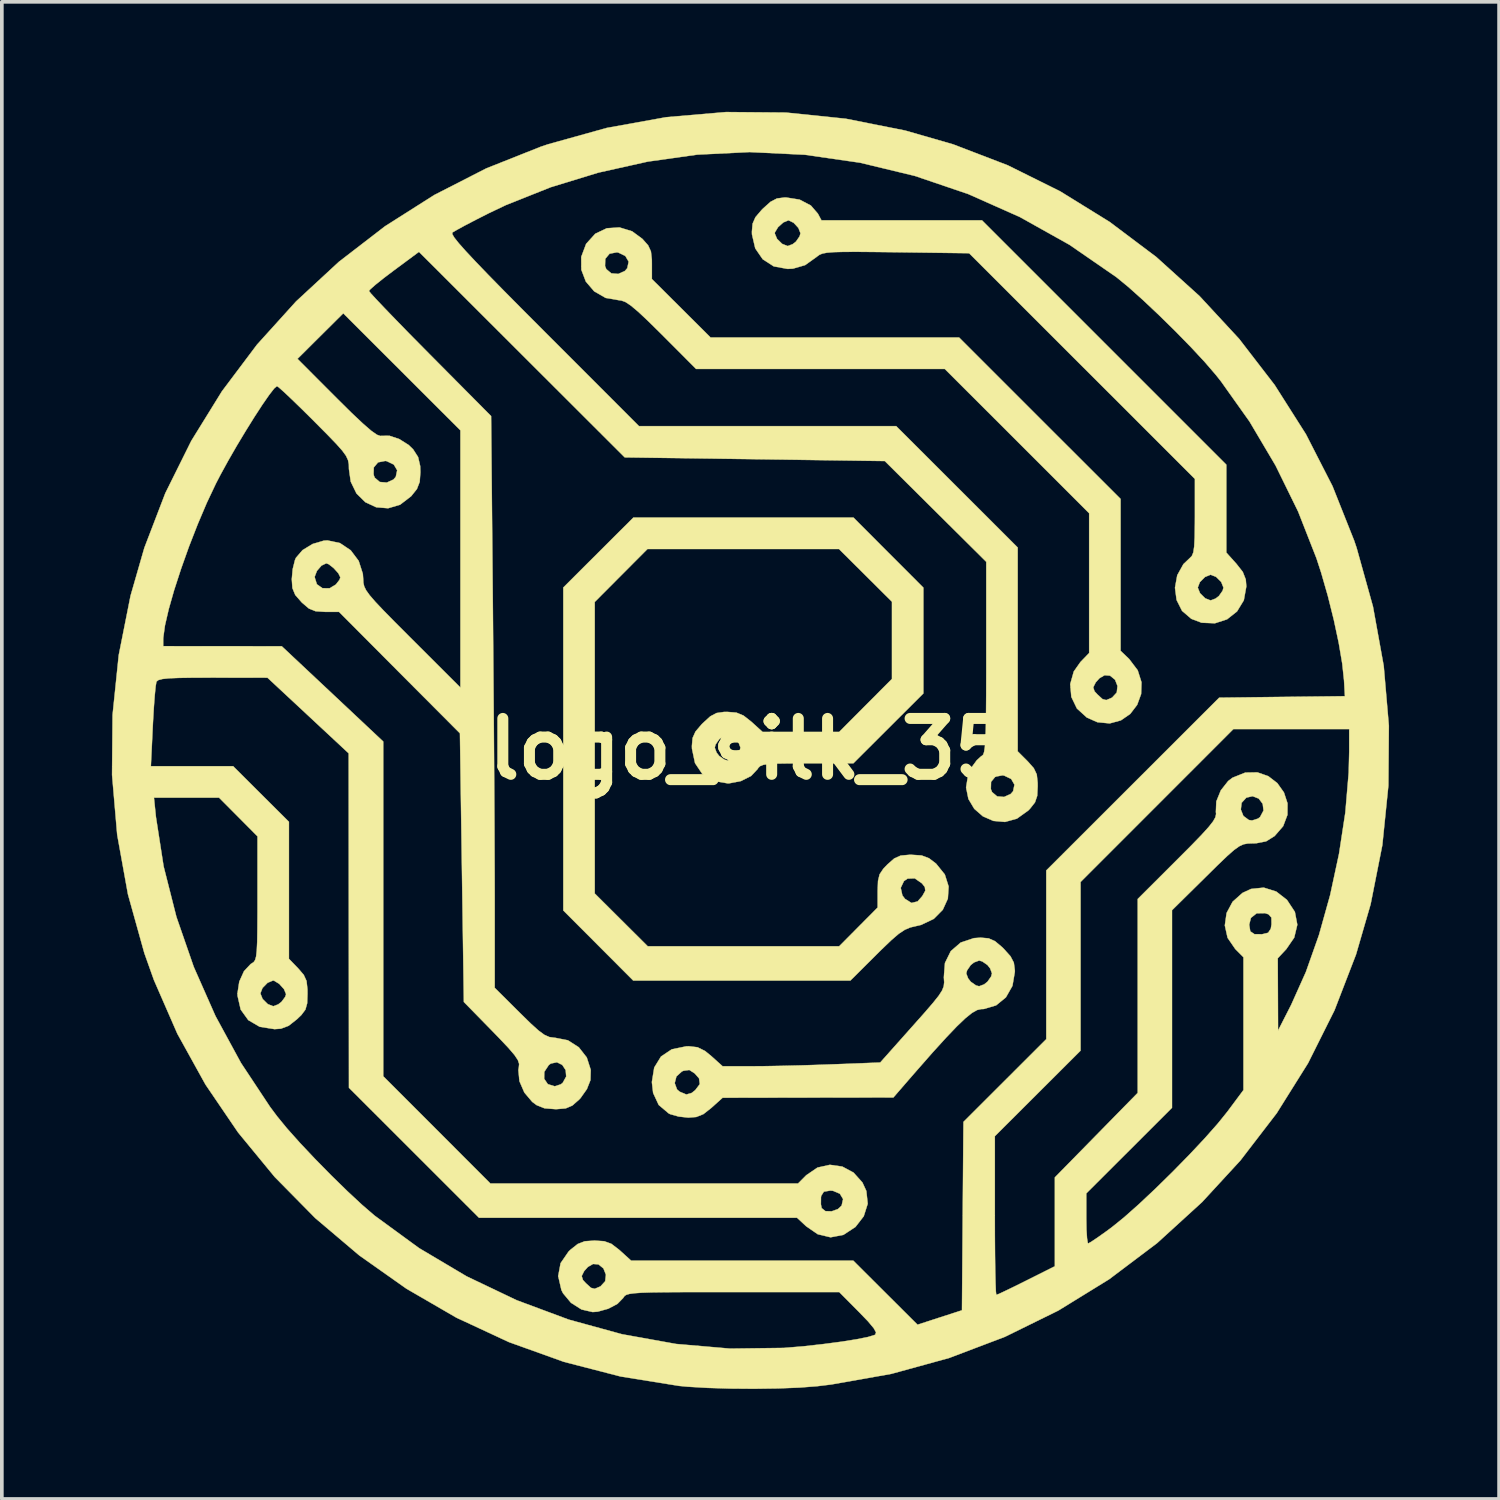
<source format=kicad_pcb>
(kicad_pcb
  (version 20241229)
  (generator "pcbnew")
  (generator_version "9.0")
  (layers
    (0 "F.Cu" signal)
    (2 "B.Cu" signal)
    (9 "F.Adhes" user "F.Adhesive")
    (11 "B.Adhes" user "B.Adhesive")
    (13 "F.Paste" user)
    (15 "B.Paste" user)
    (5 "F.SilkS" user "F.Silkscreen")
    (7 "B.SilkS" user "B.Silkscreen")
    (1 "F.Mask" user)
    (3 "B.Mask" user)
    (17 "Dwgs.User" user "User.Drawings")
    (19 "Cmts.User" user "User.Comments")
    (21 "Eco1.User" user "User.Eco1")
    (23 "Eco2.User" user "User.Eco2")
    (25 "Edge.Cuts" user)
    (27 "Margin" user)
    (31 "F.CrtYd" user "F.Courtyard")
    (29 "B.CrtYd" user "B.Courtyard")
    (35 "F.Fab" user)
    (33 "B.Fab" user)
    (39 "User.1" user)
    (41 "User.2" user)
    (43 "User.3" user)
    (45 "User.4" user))
  (footprint "logo_silk_35"
    (layer "F.Cu")
    (at 17.371 17.371)
    (property "Reference" "logo_silk_35" (at 0 0 0) (layer "F.SilkS") (effects (font (size 1.524 1.524) (thickness 0.3))))
    (attr through_hole)
    (fp_poly (pts (xy -3.188 -14.115) (xy -2.908 -13.909) (xy -2.752 -13.733) (xy -2.675 -13.567) (xy -2.65 -13.341) (xy -2.649 -13.232) (xy -2.649 -12.814) (xy -1.849 -12.017) (xy -1.049 -11.22) (xy 5.726 -11.22) (xy 7.927 -9.019) (xy 10.129 -6.819) (xy 10.129 -2.678) (xy 10.363 -2.454) (xy 10.596 -2.147) (xy 10.699 -1.821) (xy 10.689 -1.5) (xy 10.581 -1.205) (xy 10.392 -0.958) (xy 10.137 -0.782) (xy 9.833 -0.699) (xy 9.496 -0.732) (xy 9.209 -0.859) (xy 8.938 -1.106) (xy 8.786 -1.422) (xy 8.764 -1.682) (xy 9.383 -1.682) (xy 9.419 -1.574) (xy 9.5 -1.486) (xy 9.637 -1.361) (xy 9.739 -1.335) (xy 9.878 -1.393) (xy 9.9 -1.405) (xy 10.025 -1.541) (xy 10.045 -1.72) (xy 9.978 -1.89) (xy 9.841 -2.001) (xy 9.694 -2.013) (xy 9.553 -1.931) (xy 9.451 -1.817) (xy 9.383 -1.682) (xy 8.764 -1.682) (xy 8.756 -1.771) (xy 8.853 -2.115) (xy 9.035 -2.373) (xy 9.272 -2.618) (xy 9.272 -6.429) (xy 5.336 -10.363) (xy -1.444 -10.363) (xy -2.376 -11.298) (xy -2.739 -11.656) (xy -3.014 -11.915) (xy -3.218 -12.087) (xy -3.369 -12.187) (xy -3.484 -12.229) (xy -3.527 -12.233) (xy -3.909 -12.299) (xy -4.222 -12.479) (xy -4.449 -12.744) (xy -4.572 -13.066) (xy -4.573 -13.167) (xy -3.926 -13.167) (xy -3.893 -13.085) (xy -3.756 -12.969) (xy -3.565 -12.953) (xy -3.385 -13.034) (xy -3.32 -13.109) (xy -3.282 -13.288) (xy -3.373 -13.443) (xy -3.565 -13.536) (xy -3.606 -13.542) (xy -3.804 -13.504) (xy -3.92 -13.364) (xy -3.926 -13.167) (xy -4.573 -13.167) (xy -4.575 -13.418) (xy -4.443 -13.77) (xy -4.439 -13.776) (xy -4.192 -14.049) (xy -3.879 -14.198) (xy -3.533 -14.221) (xy -3.188 -14.115)) (stroke (width 0.01) (type solid)) (fill yes) (layer "F.SilkS"))
    (fp_poly (pts (xy 1.378 -14.979) (xy 1.684 -14.819) (xy 1.877 -14.596) (xy 1.974 -14.414) (xy 6.351 -14.414) (xy 9.681 -11.083) (xy 13.012 -7.752) (xy 13.012 -5.356) (xy 13.284 -5.054) (xy 13.461 -4.828) (xy 13.542 -4.623) (xy 13.557 -4.433) (xy 13.489 -4.056) (xy 13.304 -3.752) (xy 13.032 -3.537) (xy 12.7 -3.429) (xy 12.338 -3.444) (xy 12.058 -3.55) (xy 11.805 -3.767) (xy 11.656 -4.064) (xy 11.612 -4.4) (xy 11.613 -4.402) (xy 12.233 -4.402) (xy 12.295 -4.249) (xy 12.436 -4.109) (xy 12.583 -4.052) (xy 12.72 -4.103) (xy 12.811 -4.174) (xy 12.911 -4.317) (xy 12.934 -4.402) (xy 12.872 -4.556) (xy 12.731 -4.695) (xy 12.583 -4.753) (xy 12.43 -4.691) (xy 12.29 -4.55) (xy 12.233 -4.402) (xy 11.613 -4.402) (xy 11.674 -4.739) (xy 11.842 -5.042) (xy 12.014 -5.205) (xy 12.072 -5.264) (xy 12.112 -5.361) (xy 12.136 -5.521) (xy 12.149 -5.773) (xy 12.154 -6.143) (xy 12.155 -6.335) (xy 12.155 -7.364) (xy 9.077 -10.441) (xy 5.999 -13.518) (xy 4.005 -13.545) (xy 3.395 -13.552) (xy 2.921 -13.556) (xy 2.564 -13.554) (xy 2.305 -13.547) (xy 2.124 -13.532) (xy 2.003 -13.509) (xy 1.921 -13.476) (xy 1.86 -13.432) (xy 1.843 -13.418) (xy 1.528 -13.193) (xy 1.196 -13.097) (xy 1.05 -13.09) (xy 0.674 -13.159) (xy 0.373 -13.353) (xy 0.169 -13.65) (xy 0.08 -14.031) (xy 0.079 -14.057) (xy 0.701 -14.057) (xy 0.763 -13.909) (xy 0.903 -13.772) (xy 1.052 -13.713) (xy 1.189 -13.764) (xy 1.28 -13.835) (xy 1.379 -13.979) (xy 1.402 -14.063) (xy 1.345 -14.208) (xy 1.215 -14.348) (xy 1.078 -14.414) (xy 1.072 -14.414) (xy 0.935 -14.357) (xy 0.791 -14.228) (xy 0.706 -14.088) (xy 0.701 -14.057) (xy 0.079 -14.057) (xy 0.078 -14.104) (xy 0.097 -14.323) (xy 0.174 -14.499) (xy 0.34 -14.694) (xy 0.38 -14.735) (xy 0.585 -14.919) (xy 0.76 -15.01) (xy 0.967 -15.037) (xy 1.011 -15.037) (xy 1.378 -14.979)) (stroke (width 0.01) (type solid)) (fill yes) (layer "F.SilkS"))
    (fp_poly (pts (xy 6.532 5.161) (xy 6.707 5.239) (xy 6.903 5.404) (xy 6.944 5.445) (xy 7.128 5.65) (xy 7.219 5.824) (xy 7.246 6.031) (xy 7.246 6.076) (xy 7.181 6.456) (xy 7.003 6.769) (xy 6.735 6.988) (xy 6.4 7.087) (xy 6.325 7.09) (xy 6.216 7.115) (xy 6.076 7.195) (xy 5.895 7.341) (xy 5.663 7.563) (xy 5.368 7.872) (xy 5 8.277) (xy 4.55 8.79) (xy 4.354 9.015) (xy 3.935 9.499) (xy 1.607 9.502) (xy -0.721 9.506) (xy -1.023 9.778) (xy -1.243 9.952) (xy -1.439 10.031) (xy -1.656 10.048) (xy -1.919 10.019) (xy -2.152 9.953) (xy -2.19 9.934) (xy -2.463 9.703) (xy -2.615 9.376) (xy -2.646 9.108) (xy -2.027 9.108) (xy -1.963 9.281) (xy -1.889 9.343) (xy -1.709 9.418) (xy -1.562 9.375) (xy -1.467 9.299) (xy -1.342 9.134) (xy -1.363 8.978) (xy -1.481 8.843) (xy -1.628 8.749) (xy -1.784 8.77) (xy -1.831 8.79) (xy -1.98 8.925) (xy -2.027 9.108) (xy -2.646 9.108) (xy -2.649 9.077) (xy -2.585 8.683) (xy -2.4 8.382) (xy -2.106 8.186) (xy -1.712 8.105) (xy -1.64 8.103) (xy -1.405 8.13) (xy -1.2 8.231) (xy -1.023 8.376) (xy -0.721 8.648) (xy 0.087 8.648) (xy 0.454 8.645) (xy 0.927 8.636) (xy 1.455 8.623) (xy 1.989 8.606) (xy 2.236 8.597) (xy 3.576 8.546) (xy 4.459 7.554) (xy 4.781 7.192) (xy 5.012 6.924) (xy 5.168 6.729) (xy 5.262 6.584) (xy 5.308 6.468) (xy 5.32 6.359) (xy 5.312 6.235) (xy 5.311 6.227) (xy 5.319 6.116) (xy 5.921 6.116) (xy 5.973 6.253) (xy 6.044 6.344) (xy 6.187 6.444) (xy 6.272 6.467) (xy 6.409 6.416) (xy 6.5 6.344) (xy 6.6 6.201) (xy 6.623 6.116) (xy 6.572 5.979) (xy 6.5 5.888) (xy 6.357 5.789) (xy 6.272 5.766) (xy 6.135 5.817) (xy 6.044 5.888) (xy 5.945 6.032) (xy 5.921 6.116) (xy 5.319 6.116) (xy 5.341 5.832) (xy 5.5 5.509) (xy 5.769 5.276) (xy 6.13 5.155) (xy 6.313 5.142) (xy 6.532 5.161)) (stroke (width 0.01) (type solid)) (fill yes) (layer "F.SilkS"))
    (fp_poly (pts (xy 3.799 -5.355) (xy 4.753 -4.4) (xy 4.753 -1.517) (xy 2.842 0.39) (xy 1.579 0.39) (xy 1.108 0.391) (xy 0.768 0.396) (xy 0.536 0.408) (xy 0.389 0.43) (xy 0.302 0.465) (xy 0.252 0.514) (xy 0.234 0.545) (xy 0.057 0.733) (xy -0.219 0.872) (xy -0.537 0.934) (xy -0.584 0.935) (xy -0.973 0.869) (xy -1.274 0.68) (xy -1.473 0.383) (xy -1.556 -0.009) (xy -1.557 -0.039) (xy -0.935 -0.039) (xy -0.884 0.098) (xy -0.813 0.189) (xy -0.669 0.289) (xy -0.584 0.312) (xy -0.447 0.261) (xy -0.356 0.189) (xy -0.257 0.046) (xy -0.234 -0.039) (xy -0.285 -0.176) (xy -0.356 -0.267) (xy -0.5 -0.366) (xy -0.584 -0.39) (xy -0.721 -0.338) (xy -0.813 -0.267) (xy -0.912 -0.124) (xy -0.935 -0.039) (xy -1.557 -0.039) (xy -1.558 -0.083) (xy -1.539 -0.301) (xy -1.46 -0.477) (xy -1.292 -0.674) (xy -1.256 -0.71) (xy -1.056 -0.892) (xy -0.886 -0.982) (xy -0.681 -1.012) (xy -0.594 -1.013) (xy -0.345 -0.993) (xy -0.151 -0.913) (xy 0.065 -0.743) (xy 0.068 -0.74) (xy 0.369 -0.467) (xy 2.457 -0.467) (xy 3.177 -1.19) (xy 3.896 -1.912) (xy 3.896 -4.016) (xy 3.174 -4.735) (xy 2.451 -5.454) (xy -2.769 -5.454) (xy -4.207 -4.01) (xy -4.207 3.938) (xy -3.485 4.657) (xy -2.763 5.376) (xy 2.458 5.376) (xy 2.982 4.848) (xy 3.506 4.32) (xy 3.506 3.866) (xy 3.509 3.784) (xy 4.135 3.784) (xy 4.18 3.99) (xy 4.252 4.085) (xy 4.43 4.196) (xy 4.596 4.154) (xy 4.722 4.011) (xy 4.805 3.862) (xy 4.792 3.76) (xy 4.712 3.66) (xy 4.517 3.525) (xy 4.321 3.532) (xy 4.223 3.6) (xy 4.135 3.784) (xy 3.509 3.784) (xy 3.516 3.595) (xy 3.559 3.416) (xy 3.661 3.263) (xy 3.771 3.148) (xy 3.958 2.983) (xy 4.133 2.905) (xy 4.372 2.883) (xy 4.431 2.883) (xy 4.705 2.901) (xy 4.906 2.977) (xy 5.098 3.123) (xy 5.337 3.419) (xy 5.441 3.747) (xy 5.42 4.078) (xy 5.282 4.382) (xy 5.036 4.63) (xy 4.692 4.794) (xy 4.568 4.823) (xy 4.397 4.863) (xy 4.244 4.928) (xy 4.08 5.037) (xy 3.877 5.212) (xy 3.606 5.472) (xy 3.475 5.602) (xy 2.763 6.311) (xy -3.158 6.311) (xy -4.111 5.355) (xy -5.064 4.4) (xy -5.064 -4.404) (xy -3.153 -6.311) (xy 2.846 -6.311) (xy 3.799 -5.355)) (stroke (width 0.01) (type solid)) (fill yes) (layer "F.SilkS"))
    (fp_poly (pts (xy 1.008 -17.352) (xy 2.638 -17.184) (xy 4.257 -16.862) (xy 5.563 -16.486) (xy 7.054 -15.914) (xy 8.48 -15.206) (xy 9.832 -14.37) (xy 11.102 -13.415) (xy 12.281 -12.35) (xy 13.36 -11.184) (xy 14.33 -9.925) (xy 15.182 -8.583) (xy 15.907 -7.166) (xy 16.497 -5.683) (xy 16.564 -5.485) (xy 17.01 -3.884) (xy 17.303 -2.266) (xy 17.443 -0.636) (xy 17.43 0.995) (xy 17.265 2.619) (xy 16.946 4.23) (xy 16.548 5.6) (xy 15.961 7.122) (xy 15.24 8.564) (xy 14.386 9.927) (xy 13.395 11.217) (xy 12.351 12.351) (xy 11.125 13.469) (xy 9.817 14.455) (xy 8.432 15.308) (xy 6.976 16.024) (xy 5.455 16.601) (xy 3.875 17.035) (xy 2.241 17.324) (xy 1.854 17.371) (xy 1.375 17.408) (xy 0.79 17.431) (xy 0.144 17.44) (xy -0.514 17.435) (xy -1.137 17.416) (xy -1.677 17.384) (xy -1.909 17.362) (xy -3.501 17.106) (xy -5.049 16.706) (xy -6.544 16.169) (xy -7.978 15.502) (xy -9.342 14.711) (xy -10.627 13.804) (xy -11.826 12.788) (xy -12.93 11.668) (xy -13.93 10.453) (xy -14.818 9.148) (xy -15.586 7.761) (xy -16.224 6.299) (xy -16.486 5.563) (xy -16.933 3.959) (xy -17.226 2.337) (xy -17.366 0.705) (xy -17.364 0.467) (xy -16.308 0.467) (xy -14.066 0.467) (xy -13.305 1.226) (xy -12.544 1.984) (xy -12.544 5.719) (xy -12.291 5.981) (xy -12.14 6.157) (xy -12.064 6.323) (xy -12.039 6.55) (xy -12.038 6.672) (xy -12.047 6.932) (xy -12.095 7.104) (xy -12.208 7.254) (xy -12.329 7.369) (xy -12.553 7.545) (xy -12.761 7.623) (xy -12.936 7.636) (xy -13.34 7.572) (xy -13.652 7.39) (xy -13.859 7.103) (xy -13.945 6.727) (xy -13.947 6.662) (xy -13.323 6.662) (xy -13.261 6.815) (xy -13.12 6.954) (xy -12.973 7.012) (xy -12.836 6.961) (xy -12.745 6.89) (xy -12.646 6.756) (xy -12.622 6.682) (xy -12.679 6.545) (xy -12.809 6.401) (xy -12.948 6.316) (xy -12.979 6.311) (xy -13.127 6.373) (xy -13.264 6.513) (xy -13.323 6.662) (xy -13.947 6.662) (xy -13.898 6.341) (xy -13.769 6.056) (xy -13.586 5.861) (xy -13.556 5.843) (xy -13.505 5.808) (xy -13.467 5.753) (xy -13.439 5.656) (xy -13.421 5.497) (xy -13.409 5.256) (xy -13.404 4.914) (xy -13.401 4.449) (xy -13.401 4.07) (xy -13.401 2.38) (xy -13.925 1.852) (xy -14.449 1.325) (xy -16.224 1.325) (xy -16.17 1.85) (xy -15.96 3.201) (xy -15.612 4.574) (xy -15.138 5.941) (xy -14.547 7.278) (xy -13.851 8.558) (xy -13.06 9.753) (xy -12.867 10.012) (xy -12.6 10.338) (xy -12.245 10.736) (xy -11.832 11.174) (xy -11.392 11.622) (xy -10.955 12.049) (xy -10.551 12.425) (xy -10.21 12.719) (xy -10.207 12.721) (xy -8.997 13.605) (xy -7.7 14.375) (xy -6.334 15.027) (xy -4.916 15.555) (xy -3.462 15.954) (xy -1.988 16.219) (xy -0.513 16.346) (xy 0.948 16.327) (xy 1.48 16.283) (xy 2.034 16.221) (xy 2.527 16.156) (xy 2.938 16.09) (xy 3.243 16.029) (xy 3.42 15.975) (xy 3.439 15.966) (xy 3.462 15.905) (xy 3.4 15.79) (xy 3.244 15.603) (xy 3.002 15.352) (xy 2.458 14.804) (xy -0.443 14.804) (xy -1.192 14.804) (xy -1.799 14.805) (xy -2.282 14.808) (xy -2.654 14.813) (xy -2.931 14.822) (xy -3.128 14.836) (xy -3.26 14.854) (xy -3.343 14.878) (xy -3.392 14.909) (xy -3.421 14.948) (xy -3.432 14.966) (xy -3.587 15.125) (xy -3.838 15.258) (xy -4.125 15.338) (xy -4.263 15.349) (xy -4.567 15.279) (xy -4.855 15.096) (xy -5.071 14.837) (xy -5.116 14.747) (xy -5.203 14.368) (xy -4.563 14.368) (xy -4.528 14.476) (xy -4.447 14.564) (xy -4.309 14.689) (xy -4.207 14.715) (xy -4.069 14.657) (xy -4.046 14.645) (xy -3.922 14.509) (xy -3.902 14.331) (xy -3.969 14.16) (xy -4.105 14.049) (xy -4.253 14.038) (xy -4.394 14.119) (xy -4.496 14.233) (xy -4.563 14.368) (xy -5.203 14.368) (xy -5.203 14.367) (xy -5.138 14.017) (xy -4.921 13.701) (xy -4.873 13.654) (xy -4.672 13.494) (xy -4.479 13.419) (xy -4.214 13.401) (xy -4.209 13.401) (xy -3.948 13.418) (xy -3.755 13.488) (xy -3.553 13.642) (xy -3.516 13.674) (xy -3.215 13.947) (xy 2.841 13.947) (xy 4.593 15.694) (xy 5.199 15.497) (xy 5.805 15.301) (xy 5.825 12.732) (xy 5.842 10.555) (xy 6.701 10.555) (xy 6.701 12.719) (xy 6.702 13.281) (xy 6.706 13.789) (xy 6.712 14.223) (xy 6.72 14.562) (xy 6.729 14.788) (xy 6.74 14.88) (xy 6.741 14.882) (xy 6.823 14.849) (xy 7.014 14.759) (xy 7.284 14.628) (xy 7.559 14.491) (xy 8.337 14.101) (xy 8.337 11.678) (xy 9.467 10.526) (xy 10.596 9.374) (xy 10.596 4.088) (xy 11.682 3.004) (xy 12.059 2.626) (xy 12.337 2.339) (xy 12.529 2.127) (xy 12.651 1.972) (xy 12.714 1.859) (xy 12.733 1.769) (xy 12.727 1.714) (xy 12.73 1.649) (xy 13.407 1.649) (xy 13.477 1.824) (xy 13.625 1.934) (xy 13.713 1.948) (xy 13.876 1.896) (xy 13.931 1.854) (xy 14.026 1.676) (xy 14.004 1.494) (xy 13.895 1.35) (xy 13.728 1.285) (xy 13.557 1.325) (xy 13.429 1.465) (xy 13.407 1.649) (xy 12.73 1.649) (xy 12.739 1.428) (xy 12.861 1.128) (xy 13.062 0.872) (xy 13.182 0.781) (xy 13.529 0.642) (xy 13.859 0.636) (xy 14.155 0.739) (xy 14.402 0.929) (xy 14.583 1.184) (xy 14.68 1.48) (xy 14.678 1.794) (xy 14.561 2.103) (xy 14.329 2.371) (xy 14.097 2.516) (xy 13.824 2.569) (xy 13.734 2.571) (xy 13.599 2.575) (xy 13.483 2.596) (xy 13.365 2.65) (xy 13.222 2.752) (xy 13.033 2.919) (xy 12.776 3.165) (xy 12.454 3.483) (xy 11.531 4.394) (xy 11.531 9.78) (xy 10.363 10.947) (xy 9.194 12.114) (xy 9.194 12.796) (xy 9.199 13.101) (xy 9.214 13.335) (xy 9.235 13.465) (xy 9.245 13.479) (xy 9.326 13.435) (xy 9.501 13.318) (xy 9.74 13.148) (xy 9.888 13.039) (xy 10.221 12.77) (xy 10.627 12.41) (xy 11.079 11.985) (xy 11.548 11.525) (xy 12.007 11.056) (xy 12.429 10.606) (xy 12.785 10.203) (xy 13.039 9.888) (xy 13.479 9.297) (xy 13.479 5.676) (xy 13.255 5.451) (xy 13.046 5.146) (xy 12.971 4.808) (xy 12.974 4.788) (xy 13.635 4.788) (xy 13.665 4.969) (xy 13.778 5.047) (xy 13.983 5.049) (xy 14.151 5.009) (xy 14.224 4.9) (xy 14.244 4.775) (xy 14.241 4.594) (xy 14.163 4.506) (xy 14.067 4.474) (xy 13.839 4.478) (xy 13.683 4.602) (xy 13.635 4.788) (xy 12.974 4.788) (xy 13.019 4.47) (xy 13.183 4.163) (xy 13.453 3.922) (xy 13.685 3.814) (xy 14.032 3.778) (xy 14.373 3.885) (xy 14.665 4.112) (xy 14.881 4.44) (xy 14.947 4.789) (xy 14.863 5.14) (xy 14.645 5.457) (xy 14.414 5.704) (xy 14.418 6.689) (xy 14.422 7.675) (xy 14.78 6.973) (xy 15.181 6.078) (xy 15.538 5.068) (xy 15.842 3.982) (xy 16.084 2.858) (xy 16.256 1.732) (xy 16.348 0.643) (xy 16.362 0.07) (xy 16.362 -0.545) (xy 13.205 -0.545) (xy 11.122 1.539) (xy 9.038 3.624) (xy 9.038 8.222) (xy 7.869 9.389) (xy 6.701 10.555) (xy 5.842 10.555) (xy 5.846 10.164) (xy 8.103 7.91) (xy 8.103 3.31) (xy 10.46 0.955) (xy 12.817 -1.4) (xy 14.531 -1.421) (xy 16.245 -1.441) (xy 16.221 -1.87) (xy 16.172 -2.33) (xy 16.076 -2.895) (xy 15.942 -3.524) (xy 15.779 -4.177) (xy 15.596 -4.813) (xy 15.469 -5.202) (xy 14.97 -6.474) (xy 14.354 -7.73) (xy 13.645 -8.928) (xy 12.865 -10.026) (xy 12.721 -10.207) (xy 12.429 -10.546) (xy 12.054 -10.95) (xy 11.627 -11.387) (xy 11.179 -11.827) (xy 10.741 -12.24) (xy 10.343 -12.596) (xy 10.015 -12.865) (xy 10.012 -12.867) (xy 8.737 -13.747) (xy 7.386 -14.503) (xy 5.975 -15.131) (xy 4.517 -15.626) (xy 3.028 -15.985) (xy 1.523 -16.202) (xy 0.014 -16.275) (xy -1.414 -16.205) (xy -2.762 -16.015) (xy -4.107 -15.715) (xy -5.408 -15.317) (xy -6.627 -14.831) (xy -7.09 -14.611) (xy -7.437 -14.435) (xy -7.739 -14.278) (xy -7.964 -14.155) (xy -8.084 -14.084) (xy -8.089 -14.08) (xy -8.09 -14.036) (xy -8.035 -13.943) (xy -7.917 -13.794) (xy -7.728 -13.581) (xy -7.462 -13.296) (xy -7.111 -12.931) (xy -6.669 -12.48) (xy -6.128 -11.934) (xy -5.596 -11.401) (xy -3.001 -8.804) (xy 4.011 -8.804) (xy 5.668 -7.149) (xy 7.324 -5.494) (xy 7.324 0.062) (xy 7.597 0.335) (xy 7.763 0.522) (xy 7.844 0.692) (xy 7.868 0.92) (xy 7.869 1.013) (xy 7.856 1.275) (xy 7.795 1.455) (xy 7.66 1.626) (xy 7.611 1.677) (xy 7.302 1.898) (xy 6.978 1.987) (xy 6.661 1.959) (xy 6.375 1.834) (xy 6.14 1.629) (xy 5.98 1.36) (xy 5.926 1.091) (xy 6.592 1.091) (xy 6.625 1.173) (xy 6.763 1.29) (xy 6.953 1.306) (xy 7.134 1.224) (xy 7.199 1.149) (xy 7.236 0.971) (xy 7.146 0.815) (xy 6.953 0.723) (xy 6.912 0.716) (xy 6.714 0.754) (xy 6.598 0.894) (xy 6.592 1.091) (xy 5.926 1.091) (xy 5.917 1.046) (xy 5.973 0.703) (xy 6.078 0.484) (xy 6.209 0.305) (xy 6.332 0.193) (xy 6.35 0.184) (xy 6.382 0.154) (xy 6.408 0.081) (xy 6.428 -0.05) (xy 6.443 -0.253) (xy 6.454 -0.545) (xy 6.461 -0.939) (xy 6.465 -1.452) (xy 6.467 -2.098) (xy 6.467 -2.483) (xy 6.467 -5.105) (xy 5.084 -6.478) (xy 3.701 -7.852) (xy -3.389 -7.952) (xy -6.194 -10.753) (xy -8.999 -13.555) (xy -9.681 -13.05) (xy -9.957 -12.841) (xy -10.18 -12.663) (xy -10.323 -12.537) (xy -10.363 -12.489) (xy -10.31 -12.421) (xy -10.16 -12.258) (xy -9.927 -12.012) (xy -9.624 -11.698) (xy -9.265 -11.329) (xy -8.862 -10.921) (xy -8.697 -10.754) (xy -7.032 -9.077) (xy -6.983 -3.74) (xy -6.975 -2.756) (xy -6.967 -1.753) (xy -6.959 -0.752) (xy -6.952 0.226) (xy -6.946 1.158) (xy -6.941 2.024) (xy -6.938 2.801) (xy -6.935 3.467) (xy -6.934 4.003) (xy -6.934 4.053) (xy -6.934 6.509) (xy -6.251 7.189) (xy -5.954 7.48) (xy -5.738 7.675) (xy -5.577 7.793) (xy -5.446 7.851) (xy -5.319 7.869) (xy -5.297 7.87) (xy -4.94 7.94) (xy -4.641 8.131) (xy -4.424 8.409) (xy -4.316 8.745) (xy -4.324 9.026) (xy -4.421 9.271) (xy -4.596 9.518) (xy -4.634 9.558) (xy -4.819 9.72) (xy -4.997 9.796) (xy -5.242 9.817) (xy -5.284 9.817) (xy -5.576 9.794) (xy -5.791 9.708) (xy -5.91 9.62) (xy -6.126 9.364) (xy -6.26 9.054) (xy -6.266 8.989) (xy -5.586 8.989) (xy -5.486 9.136) (xy -5.298 9.194) (xy -5.135 9.142) (xy -5.08 9.1) (xy -4.985 8.928) (xy -4.999 8.753) (xy -5.092 8.611) (xy -5.237 8.539) (xy -5.404 8.574) (xy -5.46 8.615) (xy -5.582 8.8) (xy -5.586 8.989) (xy -6.266 8.989) (xy -6.289 8.75) (xy -6.276 8.675) (xy -6.268 8.584) (xy -6.302 8.48) (xy -6.393 8.343) (xy -6.556 8.152) (xy -6.807 7.886) (xy -7.001 7.686) (xy -7.775 6.895) (xy -7.882 -0.429) (xy -9.531 -2.084) (xy -11.179 -3.74) (xy -11.558 -3.74) (xy -11.816 -3.757) (xy -12 -3.831) (xy -12.191 -3.994) (xy -12.201 -4.005) (xy -12.372 -4.201) (xy -12.449 -4.388) (xy -12.466 -4.632) (xy -12.461 -4.685) (xy -11.843 -4.685) (xy -11.782 -4.492) (xy -11.63 -4.385) (xy -11.436 -4.383) (xy -11.264 -4.486) (xy -11.166 -4.613) (xy -11.142 -4.68) (xy -11.196 -4.791) (xy -11.321 -4.93) (xy -11.457 -5.038) (xy -11.526 -5.064) (xy -11.657 -5.001) (xy -11.781 -4.857) (xy -11.842 -4.698) (xy -11.843 -4.685) (xy -12.461 -4.685) (xy -12.441 -4.906) (xy -12.379 -5.154) (xy -12.353 -5.214) (xy -12.172 -5.424) (xy -11.898 -5.591) (xy -11.594 -5.681) (xy -11.496 -5.688) (xy -11.154 -5.616) (xy -10.86 -5.419) (xy -10.642 -5.129) (xy -10.529 -4.776) (xy -10.519 -4.635) (xy -10.514 -4.532) (xy -10.492 -4.435) (xy -10.439 -4.327) (xy -10.342 -4.192) (xy -10.189 -4.015) (xy -9.965 -3.778) (xy -9.659 -3.466) (xy -9.257 -3.063) (xy -9.194 -3) (xy -7.869 -1.677) (xy -7.869 -8.689) (xy -9.466 -10.284) (xy -11.063 -11.879) (xy -11.687 -11.259) (xy -12.311 -10.638) (xy -11.241 -9.566) (xy -10.838 -9.167) (xy -10.528 -8.875) (xy -10.301 -8.678) (xy -10.144 -8.568) (xy -10.048 -8.535) (xy -10.032 -8.538) (xy -9.805 -8.541) (xy -9.534 -8.45) (xy -9.278 -8.288) (xy -9.157 -8.17) (xy -9.023 -7.961) (xy -8.966 -7.716) (xy -8.96 -7.551) (xy -8.979 -7.284) (xy -9.055 -7.089) (xy -9.213 -6.892) (xy -9.514 -6.661) (xy -9.84 -6.565) (xy -10.165 -6.592) (xy -10.461 -6.73) (xy -10.702 -6.967) (xy -10.859 -7.29) (xy -10.886 -7.48) (xy -10.237 -7.48) (xy -10.204 -7.397) (xy -10.067 -7.281) (xy -9.876 -7.265) (xy -9.696 -7.347) (xy -9.631 -7.421) (xy -9.593 -7.6) (xy -9.684 -7.755) (xy -9.876 -7.848) (xy -9.917 -7.855) (xy -10.115 -7.816) (xy -10.231 -7.677) (xy -10.237 -7.48) (xy -10.886 -7.48) (xy -10.908 -7.634) (xy -10.911 -7.765) (xy -10.933 -7.877) (xy -10.987 -7.994) (xy -11.089 -8.135) (xy -11.255 -8.322) (xy -11.5 -8.576) (xy -11.839 -8.917) (xy -11.861 -8.94) (xy -12.175 -9.251) (xy -12.452 -9.52) (xy -12.673 -9.729) (xy -12.819 -9.859) (xy -12.87 -9.895) (xy -12.946 -9.831) (xy -13.084 -9.653) (xy -13.27 -9.385) (xy -13.489 -9.048) (xy -13.726 -8.667) (xy -13.969 -8.263) (xy -14.202 -7.858) (xy -14.411 -7.477) (xy -14.535 -7.238) (xy -14.785 -6.709) (xy -15.032 -6.127) (xy -15.269 -5.52) (xy -15.485 -4.913) (xy -15.673 -4.335) (xy -15.822 -3.811) (xy -15.924 -3.369) (xy -15.97 -3.035) (xy -15.972 -2.98) (xy -15.972 -2.805) (xy -14.356 -2.804) (xy -12.739 -2.802) (xy -11.356 -1.504) (xy -9.973 -0.205) (xy -9.973 8.92) (xy -8.513 10.381) (xy -7.053 11.843) (xy 1.337 11.843) (xy 1.561 11.618) (xy 1.866 11.41) (xy 2.204 11.335) (xy 2.543 11.383) (xy 2.849 11.547) (xy 3.091 11.817) (xy 3.198 12.049) (xy 3.235 12.396) (xy 3.127 12.737) (xy 2.901 13.029) (xy 2.572 13.245) (xy 2.223 13.311) (xy 1.872 13.227) (xy 1.556 13.009) (xy 1.308 12.778) (xy -7.362 12.778) (xy -7.727 12.413) (xy 1.959 12.413) (xy 1.98 12.516) (xy 2.082 12.598) (xy 2.252 12.603) (xy 2.425 12.54) (xy 2.524 12.447) (xy 2.564 12.269) (xy 2.476 12.123) (xy 2.287 12.043) (xy 2.212 12.038) (xy 2.04 12.067) (xy 1.968 12.179) (xy 1.961 12.219) (xy 1.959 12.413) (xy -7.727 12.413) (xy -9.135 11.006) (xy -10.908 9.234) (xy -10.912 4.675) (xy -10.915 0.117) (xy -12.022 -0.914) (xy -13.129 -1.945) (xy -14.62 -1.947) (xy -15.146 -1.946) (xy -15.537 -1.94) (xy -15.813 -1.929) (xy -15.993 -1.91) (xy -16.098 -1.883) (xy -16.149 -1.844) (xy -16.158 -1.827) (xy -16.178 -1.708) (xy -16.202 -1.466) (xy -16.227 -1.132) (xy -16.25 -0.739) (xy -16.256 -0.619) (xy -16.308 0.467) (xy -17.364 0.467) (xy -17.352 -0.93) (xy -17.184 -2.56) (xy -16.862 -4.179) (xy -16.486 -5.485) (xy -15.914 -6.976) (xy -15.206 -8.402) (xy -14.37 -9.754) (xy -13.415 -11.025) (xy -12.35 -12.203) (xy -11.184 -13.282) (xy -9.925 -14.252) (xy -8.583 -15.104) (xy -7.166 -15.829) (xy -5.683 -16.419) (xy -5.485 -16.486) (xy -3.881 -16.933) (xy -2.259 -17.226) (xy -0.627 -17.366) (xy 1.008 -17.352)) (stroke (width 0.01) (type solid)) (fill yes) (layer "F.SilkS")))
  (gr_rect
    (start -3 -3)
    (end 37.819 37.816)
    (stroke (width 0.1) (type default))
    (fill no)
    (layer "Edge.Cuts")))
</source>
